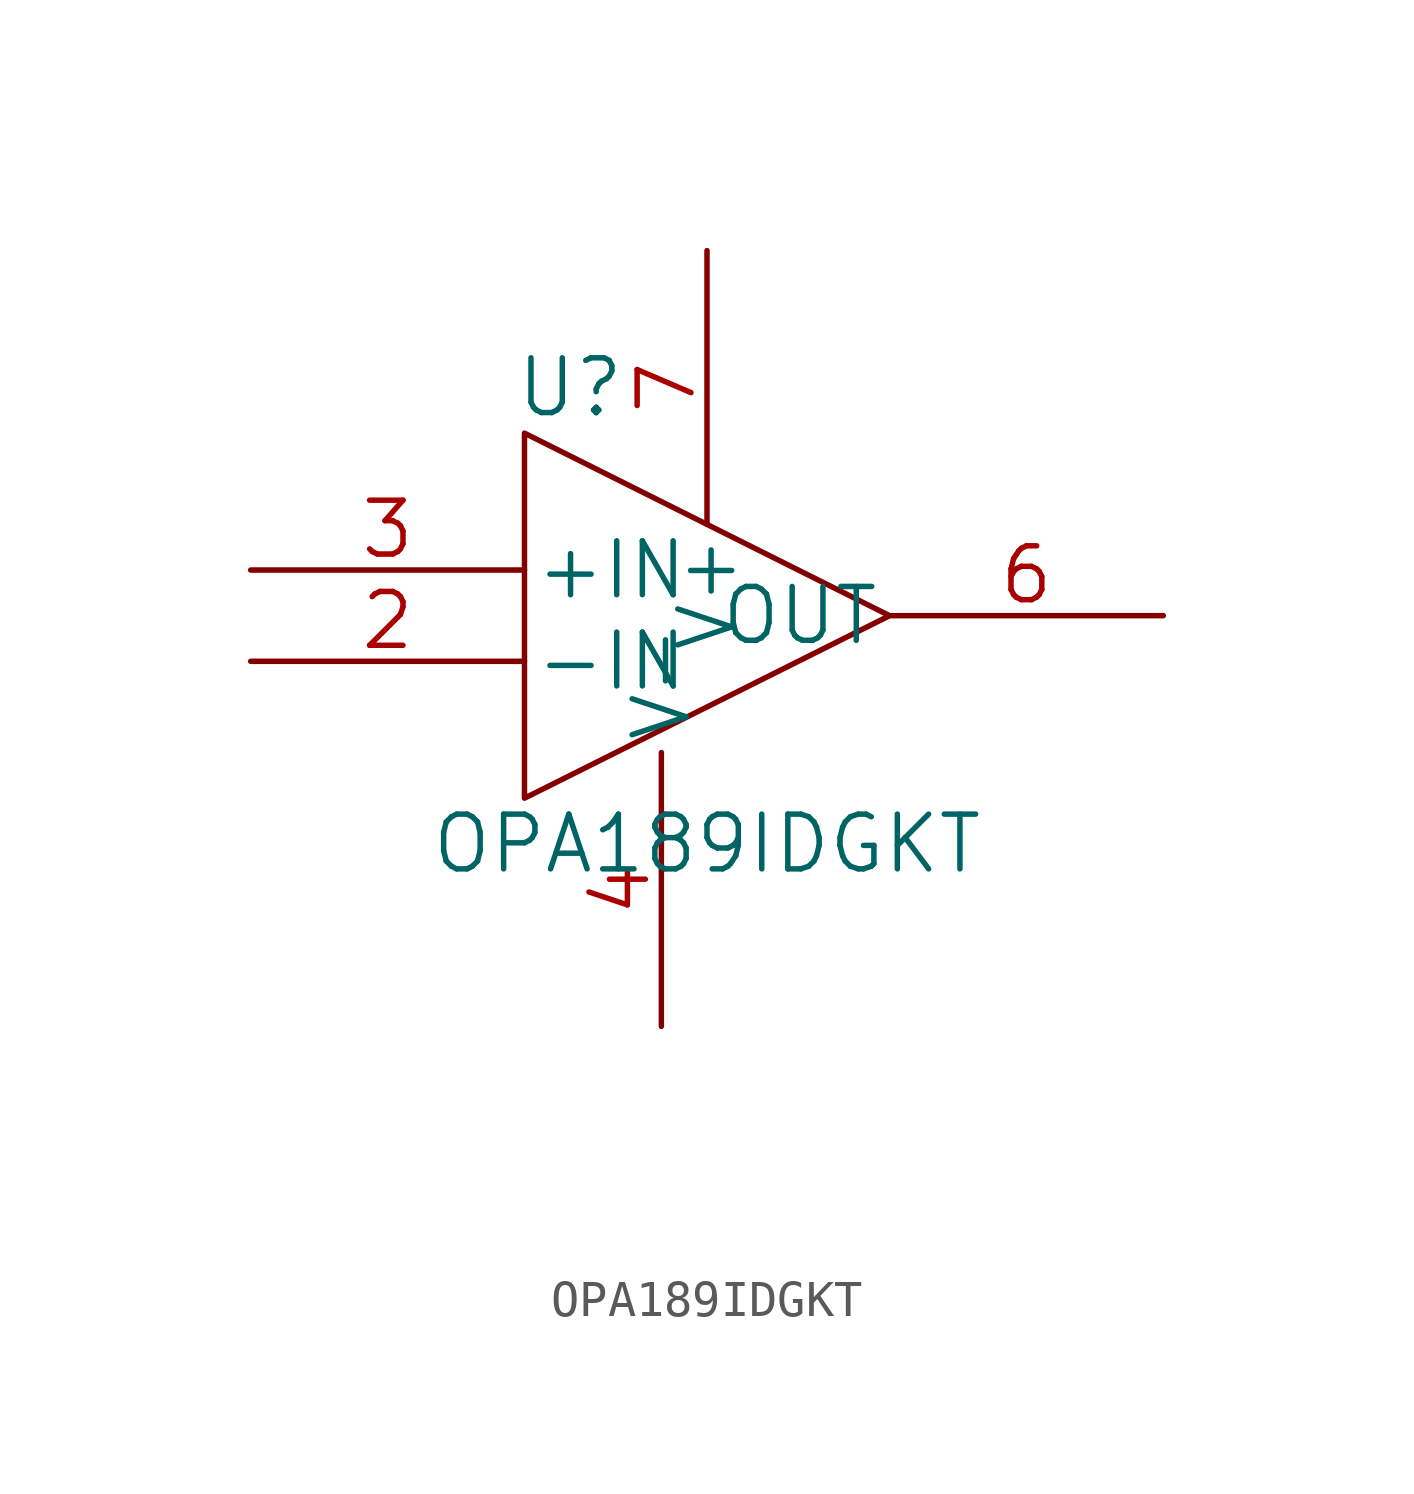
<source format=kicad_sym>
(kicad_symbol_lib
  (version 20211014)
  (generator kicad_symbol_editor)
  (symbol "OPA189IDGKT"
    (pin_names
      (offset 0.254))
    (property "Reference" "U"
      (at -7.62 21.59 0)
      (effects (font (size 1.524 1.524))))
    (property "Value" "OPA189IDGKT"
      (at -3.81 8.89 0)
      (effects (font (size 1.524 1.524))))
    (property "Datasheet" ""
      (at 0 0 0)
      (effects (font (size 1.524 1.524))))
    (property "ki_locked" ""
      (at 0 0 0)
      (effects (font (size 1.27 1.27))))
    (symbol "OPA189IDGKT_0_1"
      (polyline (pts (xy -8.89 20.32) (xy -8.89 10.16) (xy 1.27 15.24) (xy -8.89 20.32)) (stroke (width 0) (type default) (color 0 0 0 0)) (fill (type none))))
    (symbol "OPA189IDGKT_1_1"
      (pin input line (at -16.51 13.97 0) (length 7.62) (name "-IN" (effects (font (size 1.499 1.499)))) (number "2" (effects (font (size 1.499 1.499)))))
      (pin input line (at -16.51 16.51 0) (length 7.62) (name "+IN" (effects (font (size 1.499 1.499)))) (number "3" (effects (font (size 1.499 1.499)))))
      (pin power_in line (at -5.08 3.81 90) (length 7.62) (name "V-" (effects (font (size 1.499 1.499)))) (number "4" (effects (font (size 1.499 1.499)))))
      (pin output line (at 8.89 15.24 180) (length 7.62) (name "OUT" (effects (font (size 1.499 1.499)))) (number "6" (effects (font (size 1.499 1.499)))))
      (pin power_in line (at -3.81 25.4 270) (length 7.62) (name "V+" (effects (font (size 1.499 1.499)))) (number "7" (effects (font (size 1.499 1.499))))))))
</source>
